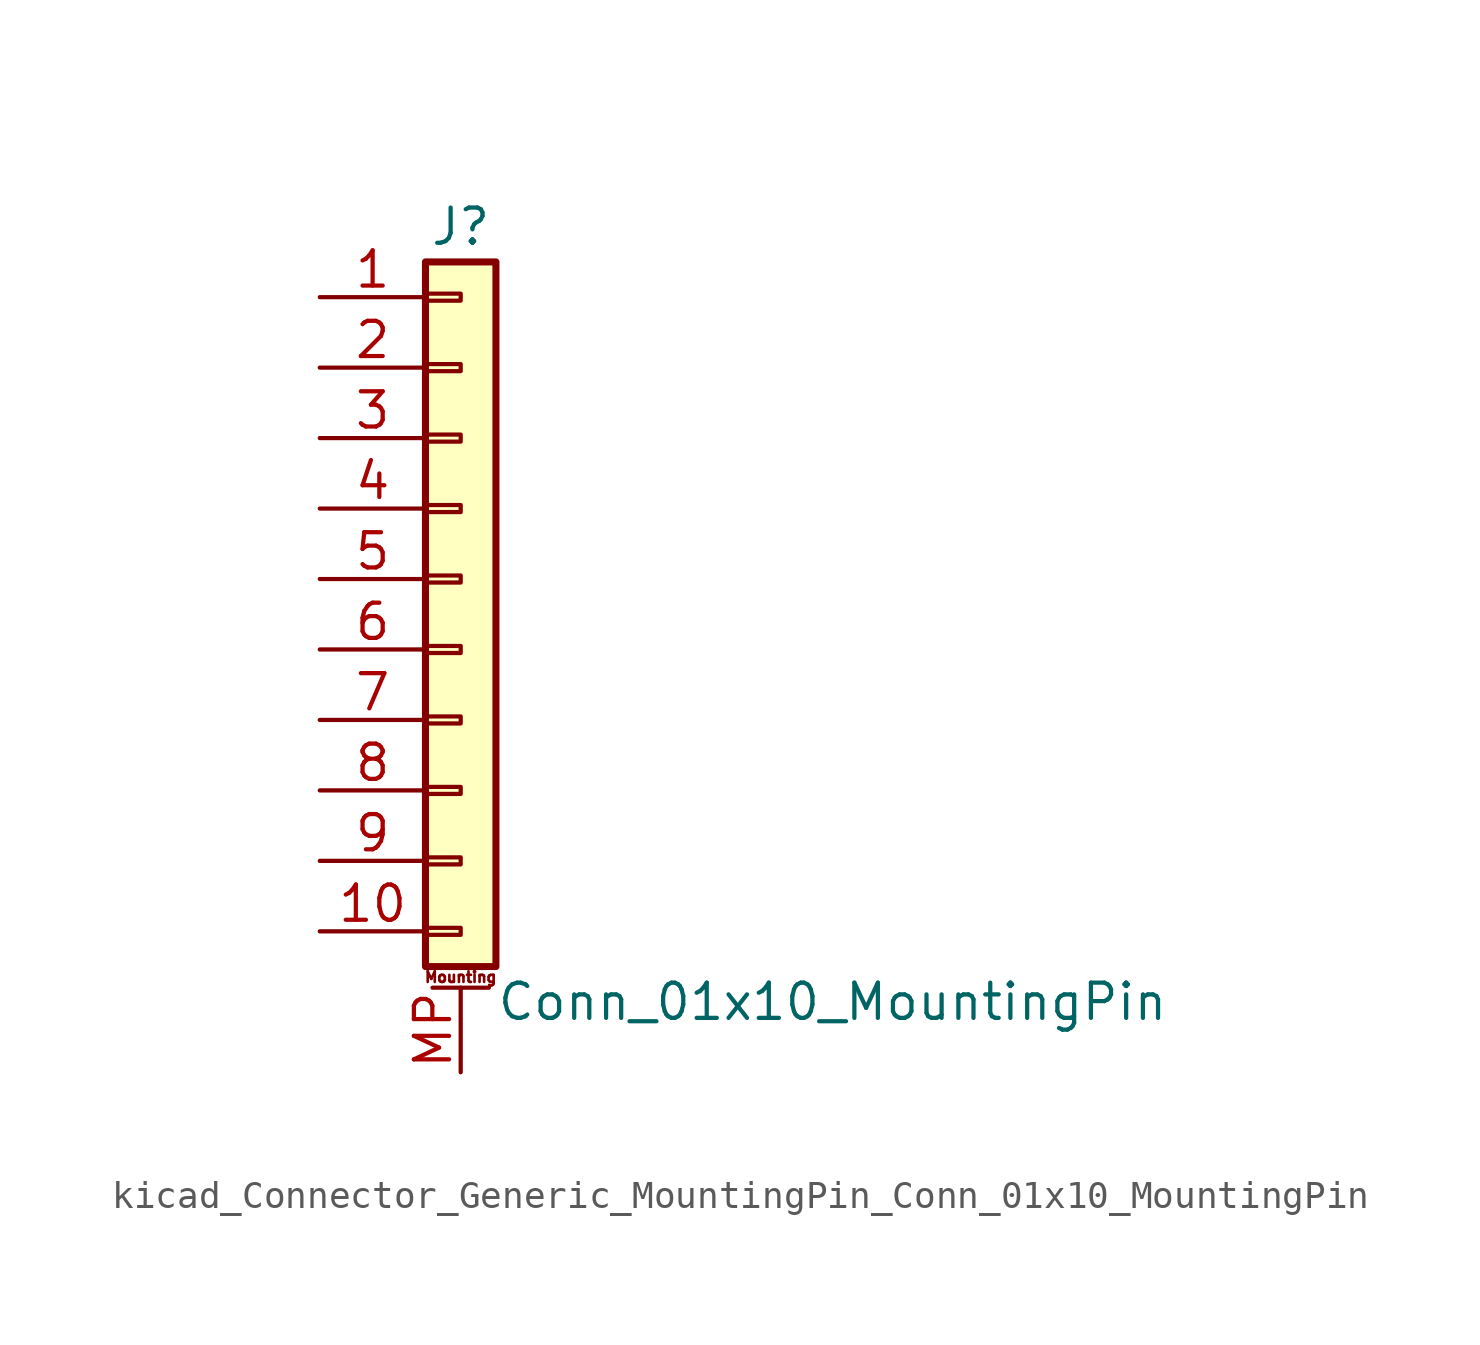
<source format=kicad_sym>
(kicad_symbol_lib
  (version 20220914)
  (generator kicad_symbol_editor)
  (symbol "kicad_Connector_Generic_MountingPin_Conn_01x10_MountingPin"
    (pin_names
      (offset 1.016) hide)
    (property "Reference" "J"
      (at 0 12.7 0)
      (effects (font (size 1.27 1.27))))
    (property "Value" "Conn_01x10_MountingPin"
      (at 1.27 -15.24 0)
      (effects (font (size 1.27 1.27)) (justify left)))
    (symbol "kicad_Connector_Generic_MountingPin_Conn_01x10_MountingPin_1_1"
      (rectangle (start -1.27 -12.573) (end 0 -12.827) (stroke (width 0.152) (type default)) (fill (type none)))
      (rectangle (start -1.27 -10.033) (end 0 -10.287) (stroke (width 0.152) (type default)) (fill (type none)))
      (rectangle (start -1.27 -7.493) (end 0 -7.747) (stroke (width 0.152) (type default)) (fill (type none)))
      (rectangle (start -1.27 -4.953) (end 0 -5.207) (stroke (width 0.152) (type default)) (fill (type none)))
      (rectangle (start -1.27 -2.413) (end 0 -2.667) (stroke (width 0.152) (type default)) (fill (type none)))
      (rectangle (start -1.27 0.127) (end 0 -0.127) (stroke (width 0.152) (type default)) (fill (type none)))
      (rectangle (start -1.27 2.667) (end 0 2.413) (stroke (width 0.152) (type default)) (fill (type none)))
      (rectangle (start -1.27 5.207) (end 0 4.953) (stroke (width 0.152) (type default)) (fill (type none)))
      (rectangle (start -1.27 7.747) (end 0 7.493) (stroke (width 0.152) (type default)) (fill (type none)))
      (rectangle (start -1.27 10.287) (end 0 10.033) (stroke (width 0.152) (type default)) (fill (type none)))
      (rectangle (start -1.27 11.43) (end 1.27 -13.97) (stroke (width 0.254) (type default)) (fill (type background)))
      (polyline (pts (xy -1.016 -14.732) (xy 1.016 -14.732)) (stroke (width 0.152) (type default)) (fill (type none)))
      (text "Mounting" (at 0 -14.351 0) (effects (font (size 0.381 0.381))))
      (pin passive line (at -5.08 10.16 0) (length 3.81) (name "Pin_1" (effects (font (size 1.27 1.27)))) (number "1" (effects (font (size 1.27 1.27)))))
      (pin passive line (at -5.08 -12.7 0) (length 3.81) (name "Pin_10" (effects (font (size 1.27 1.27)))) (number "10" (effects (font (size 1.27 1.27)))))
      (pin passive line (at -5.08 7.62 0) (length 3.81) (name "Pin_2" (effects (font (size 1.27 1.27)))) (number "2" (effects (font (size 1.27 1.27)))))
      (pin passive line (at -5.08 5.08 0) (length 3.81) (name "Pin_3" (effects (font (size 1.27 1.27)))) (number "3" (effects (font (size 1.27 1.27)))))
      (pin passive line (at -5.08 2.54 0) (length 3.81) (name "Pin_4" (effects (font (size 1.27 1.27)))) (number "4" (effects (font (size 1.27 1.27)))))
      (pin passive line (at -5.08 0 0) (length 3.81) (name "Pin_5" (effects (font (size 1.27 1.27)))) (number "5" (effects (font (size 1.27 1.27)))))
      (pin passive line (at -5.08 -2.54 0) (length 3.81) (name "Pin_6" (effects (font (size 1.27 1.27)))) (number "6" (effects (font (size 1.27 1.27)))))
      (pin passive line (at -5.08 -5.08 0) (length 3.81) (name "Pin_7" (effects (font (size 1.27 1.27)))) (number "7" (effects (font (size 1.27 1.27)))))
      (pin passive line (at -5.08 -7.62 0) (length 3.81) (name "Pin_8" (effects (font (size 1.27 1.27)))) (number "8" (effects (font (size 1.27 1.27)))))
      (pin passive line (at -5.08 -10.16 0) (length 3.81) (name "Pin_9" (effects (font (size 1.27 1.27)))) (number "9" (effects (font (size 1.27 1.27)))))
      (pin passive line (at 0 -17.78 90) (length 3.048) (name "MountPin" (effects (font (size 1.27 1.27)))) (number "MP" (effects (font (size 1.27 1.27))))))))
</source>
